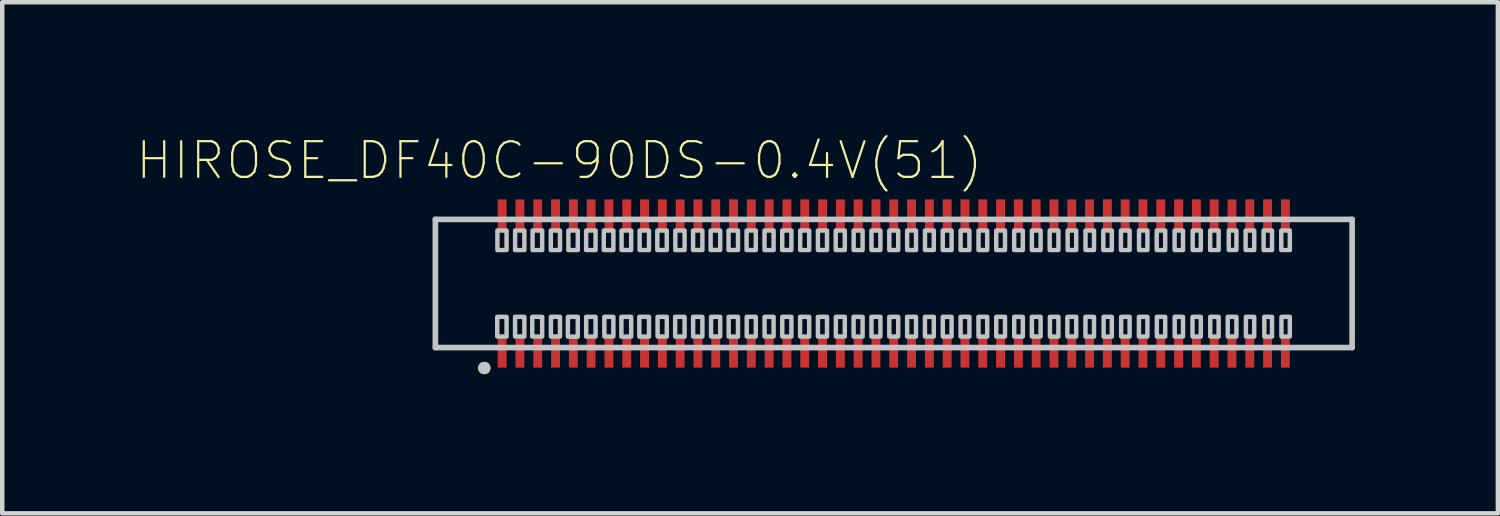
<source format=kicad_pcb>
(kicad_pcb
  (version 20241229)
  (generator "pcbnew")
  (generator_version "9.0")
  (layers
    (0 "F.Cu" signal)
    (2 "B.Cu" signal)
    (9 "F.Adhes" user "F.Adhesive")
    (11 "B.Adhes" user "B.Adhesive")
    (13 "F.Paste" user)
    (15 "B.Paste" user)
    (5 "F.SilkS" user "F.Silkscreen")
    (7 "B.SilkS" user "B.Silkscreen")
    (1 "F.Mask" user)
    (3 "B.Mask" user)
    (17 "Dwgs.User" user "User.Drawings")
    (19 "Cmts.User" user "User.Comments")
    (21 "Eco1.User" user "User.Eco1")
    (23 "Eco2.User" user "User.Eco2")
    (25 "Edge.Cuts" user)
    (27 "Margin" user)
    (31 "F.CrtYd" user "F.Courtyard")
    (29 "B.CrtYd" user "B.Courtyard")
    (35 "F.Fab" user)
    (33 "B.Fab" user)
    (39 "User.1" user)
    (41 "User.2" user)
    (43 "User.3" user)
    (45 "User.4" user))
  (footprint "HIROSE_DF40C-90DS-0.4V(51)"
    (layer "F.Cu")
    (at 17.033 3.32)
    (property "Reference" "HIROSE_DF40C-90DS-0.4V(51)" (at -7.514 -2.764 0) (layer "F.SilkS") (effects (font (size 0.802 0.802) (thickness 0.05))))
    (attr smd)
    (fp_circle (center -9.2 1.9) (end -9.13 1.9) (stroke (width 0.14) (type solid)) (fill no) (layer "F.SilkS"))
    (fp_line (start -10.3 -1.44) (end -10.3 1.44) (stroke (width 0.127) (type solid)) (layer "Dwgs.User"))
    (fp_line (start -10.3 1.44) (end 10.3 1.44) (stroke (width 0.127) (type solid)) (layer "Dwgs.User"))
    (fp_line (start 10.3 -1.44) (end -10.3 -1.44) (stroke (width 0.127) (type solid)) (layer "Dwgs.User"))
    (fp_line (start 10.3 1.44) (end 10.3 -1.44) (stroke (width 0.127) (type solid)) (layer "Dwgs.User"))
    (fp_circle (center -9.2 1.9) (end -9.13 1.9) (stroke (width 0.14) (type solid)) (fill no) (layer "Dwgs.User"))
    (fp_poly (pts (xy -8.91 0.75) (xy -8.7 0.75) (xy -8.7 1.191) (xy -8.91 1.191)) (stroke (width 0.1) (type solid)) (fill no) (layer "Dwgs.User"))
    (fp_poly (pts (xy -8.906 -1.19) (xy -8.7 -1.19) (xy -8.7 -0.751) (xy -8.906 -0.751)) (stroke (width 0.1) (type solid)) (fill no) (layer "Dwgs.User"))
    (fp_poly (pts (xy -8.509 0.75) (xy -8.3 0.75) (xy -8.3 1.191) (xy -8.509 1.191)) (stroke (width 0.1) (type solid)) (fill no) (layer "Dwgs.User"))
    (fp_poly (pts (xy -8.508 -1.19) (xy -8.3 -1.19) (xy -8.3 -0.751) (xy -8.508 -0.751)) (stroke (width 0.1) (type solid)) (fill no) (layer "Dwgs.User"))
    (fp_poly (pts (xy -8.123 0.75) (xy -7.9 0.75) (xy -7.9 1.193) (xy -8.123 1.193)) (stroke (width 0.1) (type solid)) (fill no) (layer "Dwgs.User"))
    (fp_poly (pts (xy -8.116 -1.19) (xy -7.9 -1.19) (xy -7.9 -0.751) (xy -8.116 -0.751)) (stroke (width 0.1) (type solid)) (fill no) (layer "Dwgs.User"))
    (fp_poly (pts (xy -7.706 -1.19) (xy -7.5 -1.19) (xy -7.5 -0.751) (xy -7.706 -0.751)) (stroke (width 0.1) (type solid)) (fill no) (layer "Dwgs.User"))
    (fp_poly (pts (xy -7.704 0.75) (xy -7.5 0.75) (xy -7.5 1.191) (xy -7.704 1.191)) (stroke (width 0.1) (type solid)) (fill no) (layer "Dwgs.User"))
    (fp_poly (pts (xy -7.322 0.75) (xy -7.1 0.75) (xy -7.1 1.194) (xy -7.322 1.194)) (stroke (width 0.1) (type solid)) (fill no) (layer "Dwgs.User"))
    (fp_poly (pts (xy -7.311 -1.19) (xy -7.1 -1.19) (xy -7.1 -0.751) (xy -7.311 -0.751)) (stroke (width 0.1) (type solid)) (fill no) (layer "Dwgs.User"))
    (fp_poly (pts (xy -6.912 -1.19) (xy -6.7 -1.19) (xy -6.7 -0.751) (xy -6.912 -0.751)) (stroke (width 0.1) (type solid)) (fill no) (layer "Dwgs.User"))
    (fp_poly (pts (xy -6.911 0.75) (xy -6.7 0.75) (xy -6.7 1.192) (xy -6.911 1.192)) (stroke (width 0.1) (type solid)) (fill no) (layer "Dwgs.User"))
    (fp_poly (pts (xy -6.516 -1.19) (xy -6.3 -1.19) (xy -6.3 -0.752) (xy -6.516 -0.752)) (stroke (width 0.1) (type solid)) (fill no) (layer "Dwgs.User"))
    (fp_poly (pts (xy -6.503 0.75) (xy -6.3 0.75) (xy -6.3 1.191) (xy -6.503 1.191)) (stroke (width 0.1) (type solid)) (fill no) (layer "Dwgs.User"))
    (fp_poly (pts (xy -6.12 0.75) (xy -5.9 0.75) (xy -5.9 1.194) (xy -6.12 1.194)) (stroke (width 0.1) (type solid)) (fill no) (layer "Dwgs.User"))
    (fp_poly (pts (xy -6.116 -1.19) (xy -5.9 -1.19) (xy -5.9 -0.752) (xy -6.116 -0.752)) (stroke (width 0.1) (type solid)) (fill no) (layer "Dwgs.User"))
    (fp_poly (pts (xy -5.717 0.75) (xy -5.5 0.75) (xy -5.5 1.194) (xy -5.717 1.194)) (stroke (width 0.1) (type solid)) (fill no) (layer "Dwgs.User"))
    (fp_poly (pts (xy -5.71 -1.19) (xy -5.5 -1.19) (xy -5.5 -0.751) (xy -5.71 -0.751)) (stroke (width 0.1) (type solid)) (fill no) (layer "Dwgs.User"))
    (fp_poly (pts (xy -5.313 -1.19) (xy -5.1 -1.19) (xy -5.1 -0.752) (xy -5.313 -0.752)) (stroke (width 0.1) (type solid)) (fill no) (layer "Dwgs.User"))
    (fp_poly (pts (xy -5.307 0.75) (xy -5.1 0.75) (xy -5.1 1.191) (xy -5.307 1.191)) (stroke (width 0.1) (type solid)) (fill no) (layer "Dwgs.User"))
    (fp_poly (pts (xy -4.912 0.75) (xy -4.7 0.75) (xy -4.7 1.193) (xy -4.912 1.193)) (stroke (width 0.1) (type solid)) (fill no) (layer "Dwgs.User"))
    (fp_poly (pts (xy -4.908 -1.19) (xy -4.7 -1.19) (xy -4.7 -0.751) (xy -4.908 -0.751)) (stroke (width 0.1) (type solid)) (fill no) (layer "Dwgs.User"))
    (fp_poly (pts (xy -4.509 -1.19) (xy -4.3 -1.19) (xy -4.3 -0.752) (xy -4.509 -0.752)) (stroke (width 0.1) (type solid)) (fill no) (layer "Dwgs.User"))
    (fp_poly (pts (xy -4.508 0.75) (xy -4.3 0.75) (xy -4.3 1.192) (xy -4.508 1.192)) (stroke (width 0.1) (type solid)) (fill no) (layer "Dwgs.User"))
    (fp_poly (pts (xy -4.115 -1.19) (xy -3.9 -1.19) (xy -3.9 -0.753) (xy -4.115 -0.753)) (stroke (width 0.1) (type solid)) (fill no) (layer "Dwgs.User"))
    (fp_poly (pts (xy -4.105 0.75) (xy -3.9 0.75) (xy -3.9 1.191) (xy -4.105 1.191)) (stroke (width 0.1) (type solid)) (fill no) (layer "Dwgs.User"))
    (fp_poly (pts (xy -3.712 -1.19) (xy -3.5 -1.19) (xy -3.5 -0.752) (xy -3.712 -0.752)) (stroke (width 0.1) (type solid)) (fill no) (layer "Dwgs.User"))
    (fp_poly (pts (xy -3.71 0.75) (xy -3.5 0.75) (xy -3.5 1.193) (xy -3.71 1.193)) (stroke (width 0.1) (type solid)) (fill no) (layer "Dwgs.User"))
    (fp_poly (pts (xy -3.307 -1.19) (xy -3.1 -1.19) (xy -3.1 -0.752) (xy -3.307 -0.752)) (stroke (width 0.1) (type solid)) (fill no) (layer "Dwgs.User"))
    (fp_poly (pts (xy -3.304 0.75) (xy -3.1 0.75) (xy -3.1 1.191) (xy -3.304 1.191)) (stroke (width 0.1) (type solid)) (fill no) (layer "Dwgs.User"))
    (fp_poly (pts (xy -2.904 -1.19) (xy -2.7 -1.19) (xy -2.7 -0.751) (xy -2.904 -0.751)) (stroke (width 0.1) (type solid)) (fill no) (layer "Dwgs.User"))
    (fp_poly (pts (xy -2.903 0.75) (xy -2.7 0.75) (xy -2.7 1.191) (xy -2.903 1.191)) (stroke (width 0.1) (type solid)) (fill no) (layer "Dwgs.User"))
    (fp_poly (pts (xy -2.506 -1.19) (xy -2.3 -1.19) (xy -2.3 -0.752) (xy -2.506 -0.752)) (stroke (width 0.1) (type solid)) (fill no) (layer "Dwgs.User"))
    (fp_poly (pts (xy -2.505 0.75) (xy -2.3 0.75) (xy -2.3 1.192) (xy -2.505 1.192)) (stroke (width 0.1) (type solid)) (fill no) (layer "Dwgs.User"))
    (fp_poly (pts (xy -2.105 0.75) (xy -1.9 0.75) (xy -1.9 1.193) (xy -2.105 1.193)) (stroke (width 0.1) (type solid)) (fill no) (layer "Dwgs.User"))
    (fp_poly (pts (xy -2.102 -1.19) (xy -1.9 -1.19) (xy -1.9 -0.751) (xy -2.102 -0.751)) (stroke (width 0.1) (type solid)) (fill no) (layer "Dwgs.User"))
    (fp_poly (pts (xy -1.704 0.75) (xy -1.5 0.75) (xy -1.5 1.193) (xy -1.704 1.193)) (stroke (width 0.1) (type solid)) (fill no) (layer "Dwgs.User"))
    (fp_poly (pts (xy -1.704 -1.19) (xy -1.5 -1.19) (xy -1.5 -0.752) (xy -1.704 -0.752)) (stroke (width 0.1) (type solid)) (fill no) (layer "Dwgs.User"))
    (fp_poly (pts (xy -1.304 -1.19) (xy -1.1 -1.19) (xy -1.1 -0.752) (xy -1.304 -0.752)) (stroke (width 0.1) (type solid)) (fill no) (layer "Dwgs.User"))
    (fp_poly (pts (xy -1.301 0.75) (xy -1.1 0.75) (xy -1.1 1.191) (xy -1.301 1.191)) (stroke (width 0.1) (type solid)) (fill no) (layer "Dwgs.User"))
    (fp_poly (pts (xy -0.902 0.75) (xy -0.7 0.75) (xy -0.7 1.193) (xy -0.902 1.193)) (stroke (width 0.1) (type solid)) (fill no) (layer "Dwgs.User"))
    (fp_poly (pts (xy -0.901 -1.19) (xy -0.7 -1.19) (xy -0.7 -0.751) (xy -0.901 -0.751)) (stroke (width 0.1) (type solid)) (fill no) (layer "Dwgs.User"))
    (fp_poly (pts (xy -0.501 0.75) (xy -0.3 0.75) (xy -0.3 1.193) (xy -0.501 1.193)) (stroke (width 0.1) (type solid)) (fill no) (layer "Dwgs.User"))
    (fp_poly (pts (xy -0.501 -1.19) (xy -0.3 -1.19) (xy -0.3 -0.752) (xy -0.501 -0.752)) (stroke (width 0.1) (type solid)) (fill no) (layer "Dwgs.User"))
    (fp_poly (pts (xy -0.1 -1.19) (xy 0.1 -1.19) (xy 0.1 -0.752) (xy -0.1 -0.752)) (stroke (width 0.1) (type solid)) (fill no) (layer "Dwgs.User"))
    (fp_poly (pts (xy -0.1 0.75) (xy 0.1 0.75) (xy 0.1 1.191) (xy -0.1 1.191)) (stroke (width 0.1) (type solid)) (fill no) (layer "Dwgs.User"))
    (fp_poly (pts (xy 0.301 -1.19) (xy 0.5 -1.19) (xy 0.5 -0.752) (xy 0.301 -0.752)) (stroke (width 0.1) (type solid)) (fill no) (layer "Dwgs.User"))
    (fp_poly (pts (xy 0.301 0.75) (xy 0.5 0.75) (xy 0.5 1.193) (xy 0.301 1.193)) (stroke (width 0.1) (type solid)) (fill no) (layer "Dwgs.User"))
    (fp_poly (pts (xy 0.701 0.75) (xy 0.9 0.75) (xy 0.9 1.192) (xy 0.701 1.192)) (stroke (width 0.1) (type solid)) (fill no) (layer "Dwgs.User"))
    (fp_poly (pts (xy 0.702 -1.19) (xy 0.9 -1.19) (xy 0.9 -0.752) (xy 0.702 -0.752)) (stroke (width 0.1) (type solid)) (fill no) (layer "Dwgs.User"))
    (fp_poly (pts (xy 1.101 -1.19) (xy 1.3 -1.19) (xy 1.3 -0.751) (xy 1.101 -0.751)) (stroke (width 0.1) (type solid)) (fill no) (layer "Dwgs.User"))
    (fp_poly (pts (xy 1.102 0.75) (xy 1.3 0.75) (xy 1.3 1.193) (xy 1.102 1.193)) (stroke (width 0.1) (type solid)) (fill no) (layer "Dwgs.User"))
    (fp_poly (pts (xy 1.502 0.75) (xy 1.7 0.75) (xy 1.7 1.192) (xy 1.502 1.192)) (stroke (width 0.1) (type solid)) (fill no) (layer "Dwgs.User"))
    (fp_poly (pts (xy 1.502 -1.19) (xy 1.7 -1.19) (xy 1.7 -0.751) (xy 1.502 -0.751)) (stroke (width 0.1) (type solid)) (fill no) (layer "Dwgs.User"))
    (fp_poly (pts (xy 1.904 0.75) (xy 2.1 0.75) (xy 2.1 1.193) (xy 1.904 1.193)) (stroke (width 0.1) (type solid)) (fill no) (layer "Dwgs.User"))
    (fp_poly (pts (xy 1.905 -1.19) (xy 2.1 -1.19) (xy 2.1 -0.752) (xy 1.905 -0.752)) (stroke (width 0.1) (type solid)) (fill no) (layer "Dwgs.User"))
    (fp_poly (pts (xy 2.303 0.75) (xy 2.5 0.75) (xy 2.5 1.191) (xy 2.303 1.191)) (stroke (width 0.1) (type solid)) (fill no) (layer "Dwgs.User"))
    (fp_poly (pts (xy 2.303 -1.19) (xy 2.5 -1.19) (xy 2.5 -0.751) (xy 2.303 -0.751)) (stroke (width 0.1) (type solid)) (fill no) (layer "Dwgs.User"))
    (fp_poly (pts (xy 2.706 -1.19) (xy 2.9 -1.19) (xy 2.9 -0.752) (xy 2.706 -0.752)) (stroke (width 0.1) (type solid)) (fill no) (layer "Dwgs.User"))
    (fp_poly (pts (xy 2.707 0.75) (xy 2.9 0.75) (xy 2.9 1.193) (xy 2.707 1.193)) (stroke (width 0.1) (type solid)) (fill no) (layer "Dwgs.User"))
    (fp_poly (pts (xy 3.104 0.75) (xy 3.3 0.75) (xy 3.3 1.191) (xy 3.104 1.191)) (stroke (width 0.1) (type solid)) (fill no) (layer "Dwgs.User"))
    (fp_poly (pts (xy 3.104 -1.19) (xy 3.3 -1.19) (xy 3.3 -0.751) (xy 3.104 -0.751)) (stroke (width 0.1) (type solid)) (fill no) (layer "Dwgs.User"))
    (fp_poly (pts (xy 3.504 -1.19) (xy 3.7 -1.19) (xy 3.7 -0.751) (xy 3.504 -0.751)) (stroke (width 0.1) (type solid)) (fill no) (layer "Dwgs.User"))
    (fp_poly (pts (xy 3.509 0.75) (xy 3.7 0.75) (xy 3.7 1.193) (xy 3.509 1.193)) (stroke (width 0.1) (type solid)) (fill no) (layer "Dwgs.User"))
    (fp_poly (pts (xy 3.901 0.75) (xy 4.1 0.75) (xy 4.1 1.19) (xy 3.901 1.19)) (stroke (width 0.1) (type solid)) (fill no) (layer "Dwgs.User"))
    (fp_poly (pts (xy 3.908 -1.19) (xy 4.1 -1.19) (xy 4.1 -0.752) (xy 3.908 -0.752)) (stroke (width 0.1) (type solid)) (fill no) (layer "Dwgs.User"))
    (fp_poly (pts (xy 4.308 0.75) (xy 4.5 0.75) (xy 4.5 1.192) (xy 4.308 1.192)) (stroke (width 0.1) (type solid)) (fill no) (layer "Dwgs.User"))
    (fp_poly (pts (xy 4.309 -1.19) (xy 4.5 -1.19) (xy 4.5 -0.752) (xy 4.309 -0.752)) (stroke (width 0.1) (type solid)) (fill no) (layer "Dwgs.User"))
    (fp_poly (pts (xy 4.709 -1.19) (xy 4.9 -1.19) (xy 4.9 -0.751) (xy 4.709 -0.751)) (stroke (width 0.1) (type solid)) (fill no) (layer "Dwgs.User"))
    (fp_poly (pts (xy 4.716 0.75) (xy 4.9 0.75) (xy 4.9 1.194) (xy 4.716 1.194)) (stroke (width 0.1) (type solid)) (fill no) (layer "Dwgs.User"))
    (fp_poly (pts (xy 5.105 -1.19) (xy 5.3 -1.19) (xy 5.3 -0.751) (xy 5.105 -0.751)) (stroke (width 0.1) (type solid)) (fill no) (layer "Dwgs.User"))
    (fp_poly (pts (xy 5.11 0.75) (xy 5.3 0.75) (xy 5.3 1.192) (xy 5.11 1.192)) (stroke (width 0.1) (type solid)) (fill no) (layer "Dwgs.User"))
    (fp_poly (pts (xy 5.509 0.75) (xy 5.7 0.75) (xy 5.7 1.192) (xy 5.509 1.192)) (stroke (width 0.1) (type solid)) (fill no) (layer "Dwgs.User"))
    (fp_poly (pts (xy 5.512 -1.19) (xy 5.7 -1.19) (xy 5.7 -0.752) (xy 5.512 -0.752)) (stroke (width 0.1) (type solid)) (fill no) (layer "Dwgs.User"))
    (fp_poly (pts (xy 5.909 -1.19) (xy 6.1 -1.19) (xy 6.1 -0.751) (xy 5.909 -0.751)) (stroke (width 0.1) (type solid)) (fill no) (layer "Dwgs.User"))
    (fp_poly (pts (xy 5.912 0.75) (xy 6.1 0.75) (xy 6.1 1.192) (xy 5.912 1.192)) (stroke (width 0.1) (type solid)) (fill no) (layer "Dwgs.User"))
    (fp_poly (pts (xy 6.311 -1.19) (xy 6.5 -1.19) (xy 6.5 -0.751) (xy 6.311 -0.751)) (stroke (width 0.1) (type solid)) (fill no) (layer "Dwgs.User"))
    (fp_poly (pts (xy 6.313 0.75) (xy 6.5 0.75) (xy 6.5 1.192) (xy 6.313 1.192)) (stroke (width 0.1) (type solid)) (fill no) (layer "Dwgs.User"))
    (fp_poly (pts (xy 6.713 0.75) (xy 6.9 0.75) (xy 6.9 1.192) (xy 6.713 1.192)) (stroke (width 0.1) (type solid)) (fill no) (layer "Dwgs.User"))
    (fp_poly (pts (xy 6.717 -1.19) (xy 6.9 -1.19) (xy 6.9 -0.752) (xy 6.717 -0.752)) (stroke (width 0.1) (type solid)) (fill no) (layer "Dwgs.User"))
    (fp_poly (pts (xy 7.11 -1.19) (xy 7.3 -1.19) (xy 7.3 -0.751) (xy 7.11 -0.751)) (stroke (width 0.1) (type solid)) (fill no) (layer "Dwgs.User"))
    (fp_poly (pts (xy 7.112 0.75) (xy 7.3 0.75) (xy 7.3 1.192) (xy 7.112 1.192)) (stroke (width 0.1) (type solid)) (fill no) (layer "Dwgs.User"))
    (fp_poly (pts (xy 7.505 0.75) (xy 7.7 0.75) (xy 7.7 1.191) (xy 7.505 1.191)) (stroke (width 0.1) (type solid)) (fill no) (layer "Dwgs.User"))
    (fp_poly (pts (xy 7.528 -1.19) (xy 7.7 -1.19) (xy 7.7 -0.753) (xy 7.528 -0.753)) (stroke (width 0.1) (type solid)) (fill no) (layer "Dwgs.User"))
    (fp_poly (pts (xy 7.907 -1.19) (xy 8.1 -1.19) (xy 8.1 -0.751) (xy 7.907 -0.751)) (stroke (width 0.1) (type solid)) (fill no) (layer "Dwgs.User"))
    (fp_poly (pts (xy 7.913 0.75) (xy 8.1 0.75) (xy 8.1 1.192) (xy 7.913 1.192)) (stroke (width 0.1) (type solid)) (fill no) (layer "Dwgs.User"))
    (fp_poly (pts (xy 8.311 -1.19) (xy 8.5 -1.19) (xy 8.5 -0.751) (xy 8.311 -0.751)) (stroke (width 0.1) (type solid)) (fill no) (layer "Dwgs.User"))
    (fp_poly (pts (xy 8.327 0.75) (xy 8.5 0.75) (xy 8.5 1.194) (xy 8.327 1.194)) (stroke (width 0.1) (type solid)) (fill no) (layer "Dwgs.User"))
    (fp_poly (pts (xy 8.708 -1.19) (xy 8.9 -1.19) (xy 8.9 -0.751) (xy 8.708 -0.751)) (stroke (width 0.1) (type solid)) (fill no) (layer "Dwgs.User"))
    (fp_poly (pts (xy 8.712 0.75) (xy 8.9 0.75) (xy 8.9 1.192) (xy 8.712 1.192)) (stroke (width 0.1) (type solid)) (fill no) (layer "Dwgs.User"))
    (fp_line (start -10.55 -1.69) (end -9.25 -1.69) (stroke (width 0.05) (type solid)) (layer "Eco1.User"))
    (fp_line (start -10.55 1.69) (end -10.55 -1.69) (stroke (width 0.05) (type solid)) (layer "Eco1.User"))
    (fp_line (start -9.25 -2.14) (end 9.25 -2.14) (stroke (width 0.05) (type solid)) (layer "Eco1.User"))
    (fp_line (start -9.25 -1.69) (end -9.25 -2.14) (stroke (width 0.05) (type solid)) (layer "Eco1.User"))
    (fp_line (start -9 1.69) (end -10.55 1.69) (stroke (width 0.05) (type solid)) (layer "Eco1.User"))
    (fp_line (start -9 2.14) (end -9 1.69) (stroke (width 0.05) (type solid)) (layer "Eco1.User"))
    (fp_line (start 9.25 -2.14) (end 9.25 -1.69) (stroke (width 0.05) (type solid)) (layer "Eco1.User"))
    (fp_line (start 9.25 -1.69) (end 10.55 -1.69) (stroke (width 0.05) (type solid)) (layer "Eco1.User"))
    (fp_line (start 9.25 1.69) (end 9.25 2.14) (stroke (width 0.05) (type solid)) (layer "Eco1.User"))
    (fp_line (start 9.25 2.14) (end -9 2.14) (stroke (width 0.05) (type solid)) (layer "Eco1.User"))
    (fp_line (start 10.55 -1.69) (end 10.55 1.69) (stroke (width 0.05) (type solid)) (layer "Eco1.User"))
    (fp_line (start 10.55 1.69) (end 9.25 1.69) (stroke (width 0.05) (type solid)) (layer "Eco1.User"))
    (pad "1" smd rect (at -8.8 1.54 90) (size 0.7 0.2) (layers "F.Cu" "F.Mask" "F.Paste"))
    (pad "2" smd rect (at -8.8 -1.54 270) (size 0.7 0.2) (layers "F.Cu" "F.Mask" "F.Paste"))
    (pad "3" smd rect (at -8.4 1.54 90) (size 0.7 0.2) (layers "F.Cu" "F.Mask" "F.Paste"))
    (pad "4" smd rect (at -8.4 -1.54 270) (size 0.7 0.2) (layers "F.Cu" "F.Mask" "F.Paste"))
    (pad "5" smd rect (at -8 1.54 90) (size 0.7 0.2) (layers "F.Cu" "F.Mask" "F.Paste"))
    (pad "6" smd rect (at -8 -1.54 270) (size 0.7 0.2) (layers "F.Cu" "F.Mask" "F.Paste"))
    (pad "7" smd rect (at -7.6 1.54 90) (size 0.7 0.2) (layers "F.Cu" "F.Mask" "F.Paste"))
    (pad "8" smd rect (at -7.6 -1.54 270) (size 0.7 0.2) (layers "F.Cu" "F.Mask" "F.Paste"))
    (pad "9" smd rect (at -7.2 1.54 90) (size 0.7 0.2) (layers "F.Cu" "F.Mask" "F.Paste"))
    (pad "10" smd rect (at -7.2 -1.54 270) (size 0.7 0.2) (layers "F.Cu" "F.Mask" "F.Paste"))
    (pad "11" smd rect (at -6.8 1.54 90) (size 0.7 0.2) (layers "F.Cu" "F.Mask" "F.Paste"))
    (pad "12" smd rect (at -6.8 -1.54 270) (size 0.7 0.2) (layers "F.Cu" "F.Mask" "F.Paste"))
    (pad "13" smd rect (at -6.4 1.54 90) (size 0.7 0.2) (layers "F.Cu" "F.Mask" "F.Paste"))
    (pad "14" smd rect (at -6.4 -1.54 270) (size 0.7 0.2) (layers "F.Cu" "F.Mask" "F.Paste"))
    (pad "15" smd rect (at -6 1.54 90) (size 0.7 0.2) (layers "F.Cu" "F.Mask" "F.Paste"))
    (pad "16" smd rect (at -6 -1.54 270) (size 0.7 0.2) (layers "F.Cu" "F.Mask" "F.Paste"))
    (pad "17" smd rect (at -5.6 1.54 90) (size 0.7 0.2) (layers "F.Cu" "F.Mask" "F.Paste"))
    (pad "18" smd rect (at -5.6 -1.54 270) (size 0.7 0.2) (layers "F.Cu" "F.Mask" "F.Paste"))
    (pad "19" smd rect (at -5.2 1.54 90) (size 0.7 0.2) (layers "F.Cu" "F.Mask" "F.Paste"))
    (pad "20" smd rect (at -5.2 -1.54 270) (size 0.7 0.2) (layers "F.Cu" "F.Mask" "F.Paste"))
    (pad "21" smd rect (at -4.8 1.54 90) (size 0.7 0.2) (layers "F.Cu" "F.Mask" "F.Paste"))
    (pad "22" smd rect (at -4.8 -1.54 270) (size 0.7 0.2) (layers "F.Cu" "F.Mask" "F.Paste"))
    (pad "23" smd rect (at -4.4 1.54 90) (size 0.7 0.2) (layers "F.Cu" "F.Mask" "F.Paste"))
    (pad "24" smd rect (at -4.4 -1.54 270) (size 0.7 0.2) (layers "F.Cu" "F.Mask" "F.Paste"))
    (pad "25" smd rect (at -4 1.54 90) (size 0.7 0.2) (layers "F.Cu" "F.Mask" "F.Paste"))
    (pad "26" smd rect (at -4 -1.54 270) (size 0.7 0.2) (layers "F.Cu" "F.Mask" "F.Paste"))
    (pad "27" smd rect (at -3.6 1.54 90) (size 0.7 0.2) (layers "F.Cu" "F.Mask" "F.Paste"))
    (pad "28" smd rect (at -3.6 -1.54 270) (size 0.7 0.2) (layers "F.Cu" "F.Mask" "F.Paste"))
    (pad "29" smd rect (at -3.2 1.54 90) (size 0.7 0.2) (layers "F.Cu" "F.Mask" "F.Paste"))
    (pad "30" smd rect (at -3.2 -1.54 270) (size 0.7 0.2) (layers "F.Cu" "F.Mask" "F.Paste"))
    (pad "31" smd rect (at -2.8 1.54 90) (size 0.7 0.2) (layers "F.Cu" "F.Mask" "F.Paste"))
    (pad "32" smd rect (at -2.8 -1.54 270) (size 0.7 0.2) (layers "F.Cu" "F.Mask" "F.Paste"))
    (pad "33" smd rect (at -2.4 1.54 90) (size 0.7 0.2) (layers "F.Cu" "F.Mask" "F.Paste"))
    (pad "34" smd rect (at -2.4 -1.54 270) (size 0.7 0.2) (layers "F.Cu" "F.Mask" "F.Paste"))
    (pad "35" smd rect (at -2 1.54 90) (size 0.7 0.2) (layers "F.Cu" "F.Mask" "F.Paste"))
    (pad "36" smd rect (at -2 -1.54 270) (size 0.7 0.2) (layers "F.Cu" "F.Mask" "F.Paste"))
    (pad "37" smd rect (at -1.6 1.54 90) (size 0.7 0.2) (layers "F.Cu" "F.Mask" "F.Paste"))
    (pad "38" smd rect (at -1.6 -1.54 270) (size 0.7 0.2) (layers "F.Cu" "F.Mask" "F.Paste"))
    (pad "39" smd rect (at -1.2 1.54 90) (size 0.7 0.2) (layers "F.Cu" "F.Mask" "F.Paste"))
    (pad "40" smd rect (at -1.2 -1.54 270) (size 0.7 0.2) (layers "F.Cu" "F.Mask" "F.Paste"))
    (pad "41" smd rect (at -0.8 1.54 90) (size 0.7 0.2) (layers "F.Cu" "F.Mask" "F.Paste"))
    (pad "42" smd rect (at -0.8 -1.54 270) (size 0.7 0.2) (layers "F.Cu" "F.Mask" "F.Paste"))
    (pad "43" smd rect (at -0.4 1.54 90) (size 0.7 0.2) (layers "F.Cu" "F.Mask" "F.Paste"))
    (pad "44" smd rect (at -0.4 -1.54 270) (size 0.7 0.2) (layers "F.Cu" "F.Mask" "F.Paste"))
    (pad "45" smd rect (at 0 1.54 90) (size 0.7 0.2) (layers "F.Cu" "F.Mask" "F.Paste"))
    (pad "46" smd rect (at 0 -1.54 270) (size 0.7 0.2) (layers "F.Cu" "F.Mask" "F.Paste"))
    (pad "47" smd rect (at 0.4 1.54 90) (size 0.7 0.2) (layers "F.Cu" "F.Mask" "F.Paste"))
    (pad "48" smd rect (at 0.4 -1.54 270) (size 0.7 0.2) (layers "F.Cu" "F.Mask" "F.Paste"))
    (pad "49" smd rect (at 0.8 1.54 90) (size 0.7 0.2) (layers "F.Cu" "F.Mask" "F.Paste"))
    (pad "50" smd rect (at 0.8 -1.54 270) (size 0.7 0.2) (layers "F.Cu" "F.Mask" "F.Paste"))
    (pad "51" smd rect (at 1.2 1.54 90) (size 0.7 0.2) (layers "F.Cu" "F.Mask" "F.Paste"))
    (pad "52" smd rect (at 1.2 -1.54 270) (size 0.7 0.2) (layers "F.Cu" "F.Mask" "F.Paste"))
    (pad "53" smd rect (at 1.6 1.54 90) (size 0.7 0.2) (layers "F.Cu" "F.Mask" "F.Paste"))
    (pad "54" smd rect (at 1.6 -1.54 270) (size 0.7 0.2) (layers "F.Cu" "F.Mask" "F.Paste"))
    (pad "55" smd rect (at 2 1.54 90) (size 0.7 0.2) (layers "F.Cu" "F.Mask" "F.Paste"))
    (pad "56" smd rect (at 2 -1.54 270) (size 0.7 0.2) (layers "F.Cu" "F.Mask" "F.Paste"))
    (pad "57" smd rect (at 2.4 1.54 90) (size 0.7 0.2) (layers "F.Cu" "F.Mask" "F.Paste"))
    (pad "58" smd rect (at 2.4 -1.54 270) (size 0.7 0.2) (layers "F.Cu" "F.Mask" "F.Paste"))
    (pad "59" smd rect (at 2.8 1.54 90) (size 0.7 0.2) (layers "F.Cu" "F.Mask" "F.Paste"))
    (pad "60" smd rect (at 2.8 -1.54 270) (size 0.7 0.2) (layers "F.Cu" "F.Mask" "F.Paste"))
    (pad "61" smd rect (at 3.2 1.54 90) (size 0.7 0.2) (layers "F.Cu" "F.Mask" "F.Paste"))
    (pad "62" smd rect (at 3.2 -1.54 270) (size 0.7 0.2) (layers "F.Cu" "F.Mask" "F.Paste"))
    (pad "63" smd rect (at 3.6 1.54 90) (size 0.7 0.2) (layers "F.Cu" "F.Mask" "F.Paste"))
    (pad "64" smd rect (at 3.6 -1.54 270) (size 0.7 0.2) (layers "F.Cu" "F.Mask" "F.Paste"))
    (pad "65" smd rect (at 4 1.54 90) (size 0.7 0.2) (layers "F.Cu" "F.Mask" "F.Paste"))
    (pad "66" smd rect (at 4 -1.54 270) (size 0.7 0.2) (layers "F.Cu" "F.Mask" "F.Paste"))
    (pad "67" smd rect (at 4.4 1.54 90) (size 0.7 0.2) (layers "F.Cu" "F.Mask" "F.Paste"))
    (pad "68" smd rect (at 4.4 -1.54 270) (size 0.7 0.2) (layers "F.Cu" "F.Mask" "F.Paste"))
    (pad "69" smd rect (at 4.8 1.54 90) (size 0.7 0.2) (layers "F.Cu" "F.Mask" "F.Paste"))
    (pad "70" smd rect (at 4.8 -1.54 270) (size 0.7 0.2) (layers "F.Cu" "F.Mask" "F.Paste"))
    (pad "71" smd rect (at 5.2 1.54 90) (size 0.7 0.2) (layers "F.Cu" "F.Mask" "F.Paste"))
    (pad "72" smd rect (at 5.2 -1.54 270) (size 0.7 0.2) (layers "F.Cu" "F.Mask" "F.Paste"))
    (pad "73" smd rect (at 5.6 1.54 90) (size 0.7 0.2) (layers "F.Cu" "F.Mask" "F.Paste"))
    (pad "74" smd rect (at 5.6 -1.54 270) (size 0.7 0.2) (layers "F.Cu" "F.Mask" "F.Paste"))
    (pad "75" smd rect (at 6 1.54 90) (size 0.7 0.2) (layers "F.Cu" "F.Mask" "F.Paste"))
    (pad "76" smd rect (at 6 -1.54 270) (size 0.7 0.2) (layers "F.Cu" "F.Mask" "F.Paste"))
    (pad "77" smd rect (at 6.4 1.54 90) (size 0.7 0.2) (layers "F.Cu" "F.Mask" "F.Paste"))
    (pad "78" smd rect (at 6.4 -1.54 270) (size 0.7 0.2) (layers "F.Cu" "F.Mask" "F.Paste"))
    (pad "79" smd rect (at 6.8 1.54 90) (size 0.7 0.2) (layers "F.Cu" "F.Mask" "F.Paste"))
    (pad "80" smd rect (at 6.8 -1.54 270) (size 0.7 0.2) (layers "F.Cu" "F.Mask" "F.Paste"))
    (pad "81" smd rect (at 7.2 1.54 90) (size 0.7 0.2) (layers "F.Cu" "F.Mask" "F.Paste"))
    (pad "82" smd rect (at 7.2 -1.54 270) (size 0.7 0.2) (layers "F.Cu" "F.Mask" "F.Paste"))
    (pad "83" smd rect (at 7.6 1.54 90) (size 0.7 0.2) (layers "F.Cu" "F.Mask" "F.Paste"))
    (pad "84" smd rect (at 7.6 -1.54 270) (size 0.7 0.2) (layers "F.Cu" "F.Mask" "F.Paste"))
    (pad "85" smd rect (at 8 1.54 90) (size 0.7 0.2) (layers "F.Cu" "F.Mask" "F.Paste"))
    (pad "86" smd rect (at 8 -1.54 270) (size 0.7 0.2) (layers "F.Cu" "F.Mask" "F.Paste"))
    (pad "87" smd rect (at 8.4 1.54 90) (size 0.7 0.2) (layers "F.Cu" "F.Mask" "F.Paste"))
    (pad "88" smd rect (at 8.4 -1.54 270) (size 0.7 0.2) (layers "F.Cu" "F.Mask" "F.Paste"))
    (pad "89" smd rect (at 8.8 1.54 90) (size 0.7 0.2) (layers "F.Cu" "F.Mask" "F.Paste"))
    (pad "90" smd rect (at 8.8 -1.54 270) (size 0.7 0.2) (layers "F.Cu" "F.Mask" "F.Paste")))
  (gr_rect
    (start -3 -3)
    (end 30.608 8.485)
    (stroke (width 0.1) (type default))
    (fill no)
    (layer "Edge.Cuts")))
</source>
